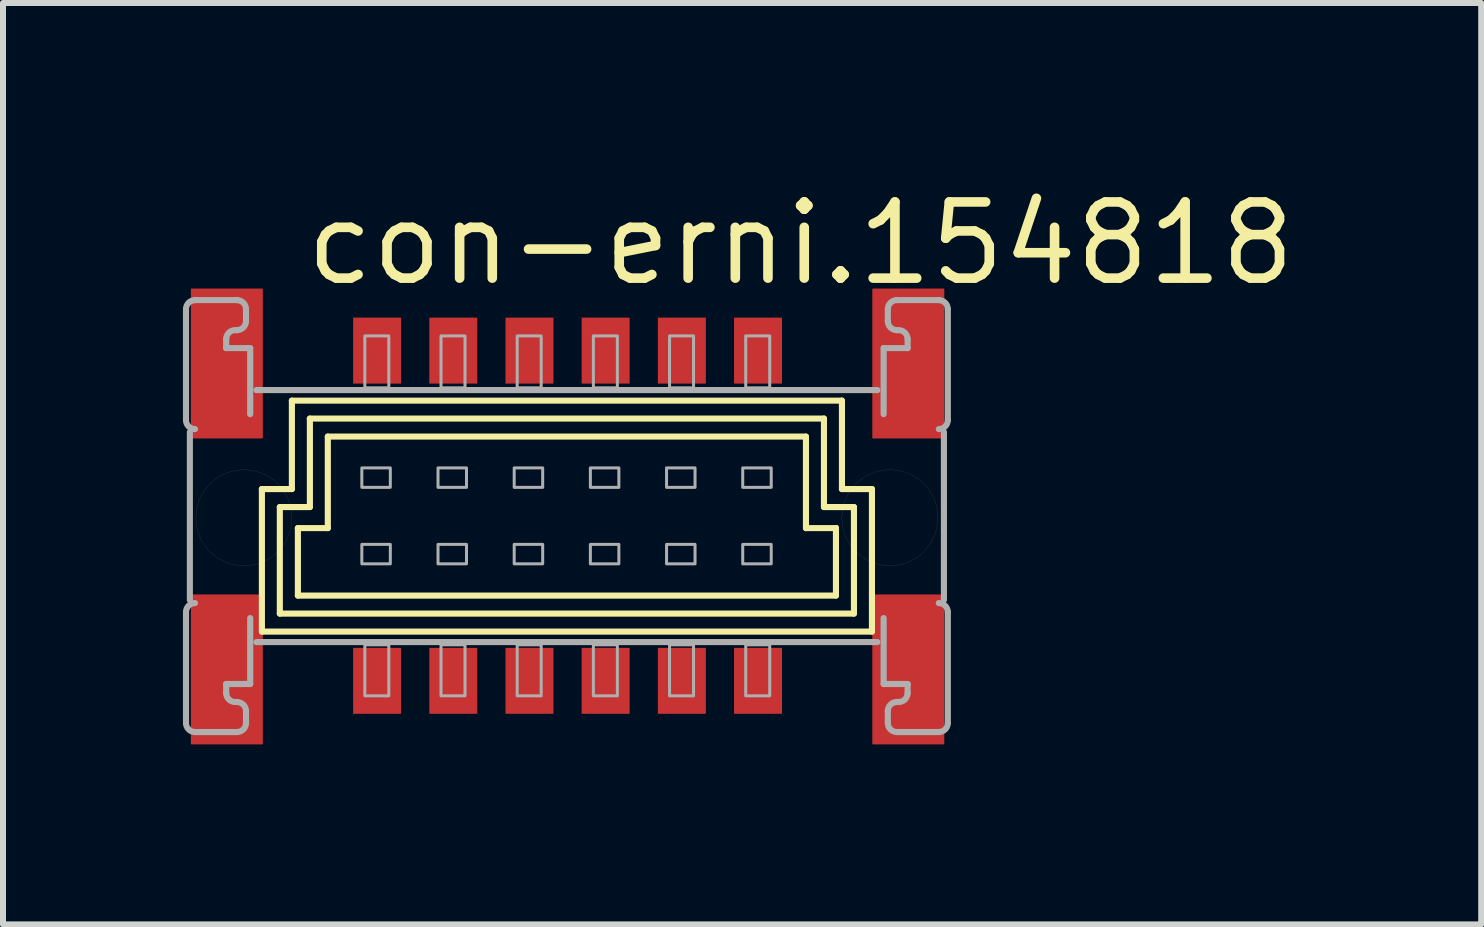
<source format=kicad_pcb>
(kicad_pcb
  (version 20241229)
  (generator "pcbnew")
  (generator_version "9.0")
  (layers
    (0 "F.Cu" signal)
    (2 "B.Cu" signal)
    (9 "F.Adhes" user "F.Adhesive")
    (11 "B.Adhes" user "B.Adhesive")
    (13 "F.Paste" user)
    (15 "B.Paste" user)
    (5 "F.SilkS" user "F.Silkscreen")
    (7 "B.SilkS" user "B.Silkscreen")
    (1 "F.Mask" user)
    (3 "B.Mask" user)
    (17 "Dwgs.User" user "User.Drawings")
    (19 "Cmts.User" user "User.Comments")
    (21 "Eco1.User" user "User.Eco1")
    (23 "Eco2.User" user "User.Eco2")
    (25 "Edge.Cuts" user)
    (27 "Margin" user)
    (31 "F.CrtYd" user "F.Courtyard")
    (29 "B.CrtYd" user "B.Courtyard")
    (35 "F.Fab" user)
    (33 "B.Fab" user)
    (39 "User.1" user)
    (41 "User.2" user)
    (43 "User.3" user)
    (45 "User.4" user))
  (footprint "con-erni.154818"
    (layer "F.Cu")
    (at 6.412 5.56)
    (property "Reference" "con-erni.154818" (at -4.445 -3.81 0) (layer "F.SilkS") (effects (font (size 1.27 1.27) (thickness 0.16)) (justify left bottom)))
    (attr smd)
    (fp_line (start -5.096 1.919) (end -5.096 -0.457) (stroke (width 0.102) (type default)) (layer "F.SilkS"))
    (fp_line (start -4.797 1.619) (end -4.797 -0.157) (stroke (width 0.102) (type default)) (layer "F.SilkS"))
    (fp_line (start -4.797 1.619) (end 4.774 1.619) (stroke (width 0.102) (type default)) (layer "F.SilkS"))
    (fp_line (start -4.597 -0.457) (end -5.097 -0.457) (stroke (width 0.102) (type default)) (layer "F.SilkS"))
    (fp_line (start -4.596 -0.457) (end -4.596 -1.931) (stroke (width 0.102) (type default)) (layer "F.SilkS"))
    (fp_line (start -4.496 1.319) (end -4.496 0.194) (stroke (width 0.102) (type default)) (layer "F.SilkS"))
    (fp_line (start -4.297 -0.157) (end -4.797 -0.157) (stroke (width 0.102) (type default)) (layer "F.SilkS"))
    (fp_line (start -4.296 -0.157) (end -4.296 -1.631) (stroke (width 0.102) (type default)) (layer "F.SilkS"))
    (fp_line (start -3.997 -1.332) (end -3.997 0.194) (stroke (width 0.102) (type default)) (layer "F.SilkS"))
    (fp_line (start -3.997 0.194) (end -4.497 0.194) (stroke (width 0.102) (type default)) (layer "F.SilkS"))
    (fp_line (start 3.974 0.194) (end 3.974 -1.331) (stroke (width 0.102) (type default)) (layer "F.SilkS"))
    (fp_line (start 3.974 -1.332) (end -3.997 -1.332) (stroke (width 0.102) (type default)) (layer "F.SilkS"))
    (fp_line (start 4.274 -1.632) (end -4.297 -1.632) (stroke (width 0.102) (type default)) (layer "F.SilkS"))
    (fp_line (start 4.274 -0.157) (end 4.274 -1.632) (stroke (width 0.102) (type default)) (layer "F.SilkS"))
    (fp_line (start 4.474 0.194) (end 3.974 0.194) (stroke (width 0.102) (type default)) (layer "F.SilkS"))
    (fp_line (start 4.474 1.319) (end -4.496 1.319) (stroke (width 0.102) (type default)) (layer "F.SilkS"))
    (fp_line (start 4.474 1.319) (end 4.474 0.194) (stroke (width 0.102) (type default)) (layer "F.SilkS"))
    (fp_line (start 4.474 0.194) (end 4.474 0.194) (stroke (width 0.102) (type default)) (layer "F.SilkS"))
    (fp_line (start 4.569 -1.931) (end -4.596 -1.931) (stroke (width 0.102) (type default)) (layer "F.SilkS"))
    (fp_line (start 4.574 -0.457) (end 4.574 -1.932) (stroke (width 0.102) (type default)) (layer "F.SilkS"))
    (fp_line (start 4.774 -0.157) (end 4.274 -0.157) (stroke (width 0.102) (type default)) (layer "F.SilkS"))
    (fp_line (start 4.774 1.619) (end 4.774 -0.157) (stroke (width 0.102) (type default)) (layer "F.SilkS"))
    (fp_line (start 5.074 1.919) (end -5.096 1.919) (stroke (width 0.102) (type default)) (layer "F.SilkS"))
    (fp_line (start 5.074 1.919) (end 5.074 -0.457) (stroke (width 0.102) (type default)) (layer "F.SilkS"))
    (fp_line (start 5.074 -0.457) (end 4.574 -0.457) (stroke (width 0.102) (type default)) (layer "F.SilkS"))
    (fp_circle (center -5.396 0.022) (end -4.596 0.022) (stroke (width 0.001) (type default)) (fill no) (layer "F.SilkS"))
    (fp_circle (center 5.373 0.022) (end 6.173 0.022) (stroke (width 0.001) (type default)) (fill no) (layer "F.SilkS"))
    (fp_line (start -6.361 -1.607) (end -6.361 -3.457) (stroke (width 0.102) (type default)) (layer "F.Fab"))
    (fp_line (start -6.361 1.593) (end -6.361 3.443) (stroke (width 0.102) (type default)) (layer "F.Fab"))
    (fp_line (start -6.297 -1.407) (end -6.297 1.394) (stroke (width 0.102) (type default)) (layer "F.Fab"))
    (fp_line (start -6.211 -3.607) (end -5.511 -3.607) (stroke (width 0.102) (type default)) (layer "F.Fab"))
    (fp_line (start -6.211 3.594) (end -5.511 3.594) (stroke (width 0.102) (type default)) (layer "F.Fab"))
    (fp_line (start -5.691 -2.957) (end -5.691 -2.807) (stroke (width 0.102) (type default)) (layer "F.Fab"))
    (fp_line (start -5.691 2.943) (end -5.691 2.793) (stroke (width 0.102) (type default)) (layer "F.Fab"))
    (fp_line (start -5.361 -3.457) (end -5.361 -3.256) (stroke (width 0.102) (type default)) (layer "F.Fab"))
    (fp_line (start -5.361 3.443) (end -5.361 3.244) (stroke (width 0.102) (type default)) (layer "F.Fab"))
    (fp_line (start -5.291 -2.807) (end -5.691 -2.807) (stroke (width 0.102) (type default)) (layer "F.Fab"))
    (fp_line (start -5.291 -2.807) (end -5.291 -1.706) (stroke (width 0.102) (type default)) (layer "F.Fab"))
    (fp_line (start -5.291 1.694) (end -5.291 2.793) (stroke (width 0.102) (type default)) (layer "F.Fab"))
    (fp_line (start -5.291 2.793) (end -5.691 2.793) (stroke (width 0.102) (type default)) (layer "F.Fab"))
    (fp_line (start -5.187 2.094) (end 5.164 2.094) (stroke (width 0.102) (type default)) (layer "F.Fab"))
    (fp_line (start 5.164 -2.107) (end -5.187 -2.107) (stroke (width 0.102) (type default)) (layer "F.Fab"))
    (fp_line (start 5.269 -2.807) (end 5.669 -2.807) (stroke (width 0.102) (type default)) (layer "F.Fab"))
    (fp_line (start 5.269 -1.706) (end 5.269 -2.807) (stroke (width 0.102) (type default)) (layer "F.Fab"))
    (fp_line (start 5.269 2.793) (end 5.269 1.694) (stroke (width 0.102) (type default)) (layer "F.Fab"))
    (fp_line (start 5.269 2.793) (end 5.669 2.793) (stroke (width 0.102) (type default)) (layer "F.Fab"))
    (fp_line (start 5.339 -3.457) (end 5.339 -3.256) (stroke (width 0.102) (type default)) (layer "F.Fab"))
    (fp_line (start 5.339 3.443) (end 5.339 3.244) (stroke (width 0.102) (type default)) (layer "F.Fab"))
    (fp_line (start 5.669 -2.957) (end 5.669 -2.807) (stroke (width 0.102) (type default)) (layer "F.Fab"))
    (fp_line (start 5.669 2.943) (end 5.669 2.793) (stroke (width 0.102) (type default)) (layer "F.Fab"))
    (fp_line (start 6.189 -3.607) (end 5.489 -3.607) (stroke (width 0.102) (type default)) (layer "F.Fab"))
    (fp_line (start 6.189 3.594) (end 5.489 3.594) (stroke (width 0.102) (type default)) (layer "F.Fab"))
    (fp_line (start 6.274 -1.407) (end 6.274 1.394) (stroke (width 0.102) (type default)) (layer "F.Fab"))
    (fp_line (start 6.339 -1.607) (end 6.339 -3.457) (stroke (width 0.102) (type default)) (layer "F.Fab"))
    (fp_line (start 6.339 1.593) (end 6.339 3.443) (stroke (width 0.102) (type default)) (layer "F.Fab"))
    (fp_rect (start -3.43 -0.485) (end -2.955 -0.81) (stroke (width 0.05) (type default)) (fill no) (layer "F.Fab"))
    (fp_rect (start -3.43 0.79) (end -2.955 0.465) (stroke (width 0.05) (type default)) (fill no) (layer "F.Fab"))
    (fp_rect (start -3.38 -2.145) (end -2.98 -3.01) (stroke (width 0.05) (type default)) (fill no) (layer "F.Fab"))
    (fp_rect (start -3.38 2.99) (end -2.98 2.14) (stroke (width 0.05) (type default)) (fill no) (layer "F.Fab"))
    (fp_rect (start -2.16 -0.485) (end -1.685 -0.81) (stroke (width 0.05) (type default)) (fill no) (layer "F.Fab"))
    (fp_rect (start -2.16 0.79) (end -1.685 0.465) (stroke (width 0.05) (type default)) (fill no) (layer "F.Fab"))
    (fp_rect (start -2.11 -2.145) (end -1.71 -3.01) (stroke (width 0.05) (type default)) (fill no) (layer "F.Fab"))
    (fp_rect (start -2.11 2.99) (end -1.71 2.14) (stroke (width 0.05) (type default)) (fill no) (layer "F.Fab"))
    (fp_rect (start -0.89 -0.485) (end -0.415 -0.81) (stroke (width 0.05) (type default)) (fill no) (layer "F.Fab"))
    (fp_rect (start -0.89 0.79) (end -0.415 0.465) (stroke (width 0.05) (type default)) (fill no) (layer "F.Fab"))
    (fp_rect (start -0.84 -2.145) (end -0.44 -3.01) (stroke (width 0.05) (type default)) (fill no) (layer "F.Fab"))
    (fp_rect (start -0.84 2.99) (end -0.44 2.14) (stroke (width 0.05) (type default)) (fill no) (layer "F.Fab"))
    (fp_rect (start 0.38 -0.485) (end 0.855 -0.81) (stroke (width 0.05) (type default)) (fill no) (layer "F.Fab"))
    (fp_rect (start 0.38 0.79) (end 0.855 0.465) (stroke (width 0.05) (type default)) (fill no) (layer "F.Fab"))
    (fp_rect (start 0.43 -2.145) (end 0.83 -3.01) (stroke (width 0.05) (type default)) (fill no) (layer "F.Fab"))
    (fp_rect (start 0.43 2.99) (end 0.83 2.14) (stroke (width 0.05) (type default)) (fill no) (layer "F.Fab"))
    (fp_rect (start 1.65 -0.485) (end 2.125 -0.81) (stroke (width 0.05) (type default)) (fill no) (layer "F.Fab"))
    (fp_rect (start 1.65 0.79) (end 2.125 0.465) (stroke (width 0.05) (type default)) (fill no) (layer "F.Fab"))
    (fp_rect (start 1.7 -2.145) (end 2.1 -3.01) (stroke (width 0.05) (type default)) (fill no) (layer "F.Fab"))
    (fp_rect (start 1.7 2.99) (end 2.1 2.14) (stroke (width 0.05) (type default)) (fill no) (layer "F.Fab"))
    (fp_rect (start 2.92 -0.485) (end 3.395 -0.81) (stroke (width 0.05) (type default)) (fill no) (layer "F.Fab"))
    (fp_rect (start 2.92 0.79) (end 3.395 0.465) (stroke (width 0.05) (type default)) (fill no) (layer "F.Fab"))
    (fp_rect (start 2.97 -2.145) (end 3.37 -3.01) (stroke (width 0.05) (type default)) (fill no) (layer "F.Fab"))
    (fp_rect (start 2.97 2.99) (end 3.37 2.14) (stroke (width 0.05) (type default)) (fill no) (layer "F.Fab"))
    (fp_arc (start -6.3612 -3.4565) (mid -6.317266 -3.562566) (end -6.2112 -3.6065) (stroke (width 0.1016) (type default)) (layer "F.Fab"))
    (fp_arc (start -6.3612 1.5935) (mid -6.317266 1.487434) (end -6.2112 1.4435) (stroke (width 0.1016) (type default)) (layer "F.Fab"))
    (fp_arc (start -6.2112 -1.4565) (mid -6.317266 -1.500434) (end -6.3612 -1.6065) (stroke (width 0.1016) (type default)) (layer "F.Fab"))
    (fp_arc (start -6.2112 3.5935) (mid -6.317266 3.549566) (end -6.3612 3.4435) (stroke (width 0.1016) (type default)) (layer "F.Fab"))
    (fp_arc (start -5.6912 -2.9565) (mid -5.636426 -3.072645) (end -5.5118 -3.1036) (stroke (width 0.1016) (type default)) (layer "F.Fab"))
    (fp_arc (start -5.5118 3.0906) (mid -5.636336 3.059535) (end -5.6912 2.9435) (stroke (width 0.1016) (type default)) (layer "F.Fab"))
    (fp_arc (start -5.5113 -3.6065) (mid -5.405234 -3.562566) (end -5.3613 -3.4565) (stroke (width 0.1016) (type default)) (layer "F.Fab"))
    (fp_arc (start -5.5113 3.0935) (mid -5.405234 3.137434) (end -5.3613 3.2435) (stroke (width 0.1016) (type default)) (layer "F.Fab"))
    (fp_arc (start -5.3613 -3.2565) (mid -5.405234 -3.150434) (end -5.5113 -3.1065) (stroke (width 0.1016) (type default)) (layer "F.Fab"))
    (fp_arc (start -5.3613 3.4435) (mid -5.405234 3.549566) (end -5.5113 3.5935) (stroke (width 0.1016) (type default)) (layer "F.Fab"))
    (fp_arc (start 5.3388 -3.4565) (mid 5.382734 -3.562566) (end 5.4888 -3.6065) (stroke (width 0.1016) (type default)) (layer "F.Fab"))
    (fp_arc (start 5.3388 3.2435) (mid 5.382734 3.137434) (end 5.4888 3.0935) (stroke (width 0.1016) (type default)) (layer "F.Fab"))
    (fp_arc (start 5.4888 -3.1065) (mid 5.382734 -3.150434) (end 5.3388 -3.2565) (stroke (width 0.1016) (type default)) (layer "F.Fab"))
    (fp_arc (start 5.4888 3.5935) (mid 5.382734 3.549566) (end 5.3388 3.4435) (stroke (width 0.1016) (type default)) (layer "F.Fab"))
    (fp_arc (start 5.4893 -3.1036) (mid 5.613898 -3.072574) (end 5.6688 -2.9565) (stroke (width 0.1016) (type default)) (layer "F.Fab"))
    (fp_arc (start 5.6688 2.9435) (mid 5.613898 3.059574) (end 5.4893 3.0906) (stroke (width 0.1016) (type default)) (layer "F.Fab"))
    (fp_arc (start 6.1888 -3.6065) (mid 6.294866 -3.562566) (end 6.3388 -3.4565) (stroke (width 0.1016) (type default)) (layer "F.Fab"))
    (fp_arc (start 6.1888 1.4435) (mid 6.294866 1.487434) (end 6.3388 1.5935) (stroke (width 0.1016) (type default)) (layer "F.Fab"))
    (fp_arc (start 6.3388 -1.6065) (mid 6.294866 -1.500434) (end 6.1888 -1.4565) (stroke (width 0.1016) (type default)) (layer "F.Fab"))
    (fp_arc (start 6.3388 3.4435) (mid 6.294866 3.549566) (end 6.1888 3.5935) (stroke (width 0.1016) (type default)) (layer "F.Fab"))
    (pad "A1" smd roundrect (at -3.175 -2.765 180) (size 0.8 1.1) (layers "F.Cu" "F.Mask" "F.Paste") (roundrect_rratio 0.01))
    (pad "A2" smd roundrect (at -1.905 -2.765 180) (size 0.8 1.1) (layers "F.Cu" "F.Mask" "F.Paste") (roundrect_rratio 0.01))
    (pad "A3" smd roundrect (at -0.635 -2.765 180) (size 0.8 1.1) (layers "F.Cu" "F.Mask" "F.Paste") (roundrect_rratio 0.01))
    (pad "A4" smd roundrect (at 0.635 -2.765 180) (size 0.8 1.1) (layers "F.Cu" "F.Mask" "F.Paste") (roundrect_rratio 0.01))
    (pad "A5" smd roundrect (at 1.905 -2.765 180) (size 0.8 1.1) (layers "F.Cu" "F.Mask" "F.Paste") (roundrect_rratio 0.01))
    (pad "A6" smd roundrect (at 3.175 -2.765 180) (size 0.8 1.1) (layers "F.Cu" "F.Mask" "F.Paste") (roundrect_rratio 0.01))
    (pad "B1" smd roundrect (at -3.175 2.74 180) (size 0.8 1.1) (layers "F.Cu" "F.Mask" "F.Paste") (roundrect_rratio 0.01))
    (pad "B2" smd roundrect (at -1.905 2.74 180) (size 0.8 1.1) (layers "F.Cu" "F.Mask" "F.Paste") (roundrect_rratio 0.01))
    (pad "B3" smd roundrect (at -0.635 2.74 180) (size 0.8 1.1) (layers "F.Cu" "F.Mask" "F.Paste") (roundrect_rratio 0.01))
    (pad "B4" smd roundrect (at 0.635 2.74 180) (size 0.8 1.1) (layers "F.Cu" "F.Mask" "F.Paste") (roundrect_rratio 0.01))
    (pad "B5" smd roundrect (at 1.905 2.74 180) (size 0.8 1.1) (layers "F.Cu" "F.Mask" "F.Paste") (roundrect_rratio 0.01))
    (pad "B6" smd roundrect (at 3.175 2.74 180) (size 0.8 1.1) (layers "F.Cu" "F.Mask" "F.Paste") (roundrect_rratio 0.01))
    (pad "M1" smd roundrect (at -5.68 -2.55 180) (size 1.2 2.5) (layers "F.Cu" "F.Mask" "F.Paste") (roundrect_rratio 0.01))
    (pad "M2" smd roundrect (at -5.68 2.55 180) (size 1.2 2.5) (layers "F.Cu" "F.Mask" "F.Paste") (roundrect_rratio 0.01))
    (pad "M3" smd roundrect (at 5.68 2.55) (size 1.2 2.5) (layers "F.Cu" "F.Mask" "F.Paste") (roundrect_rratio 0.01))
    (pad "M4" smd roundrect (at 5.68 -2.55) (size 1.2 2.5) (layers "F.Cu" "F.Mask" "F.Paste") (roundrect_rratio 0.01)))
  (gr_rect
    (start -3 -3)
    (end 21.643 12.36)
    (stroke (width 0.1) (type default))
    (fill no)
    (layer "Edge.Cuts")))
</source>
